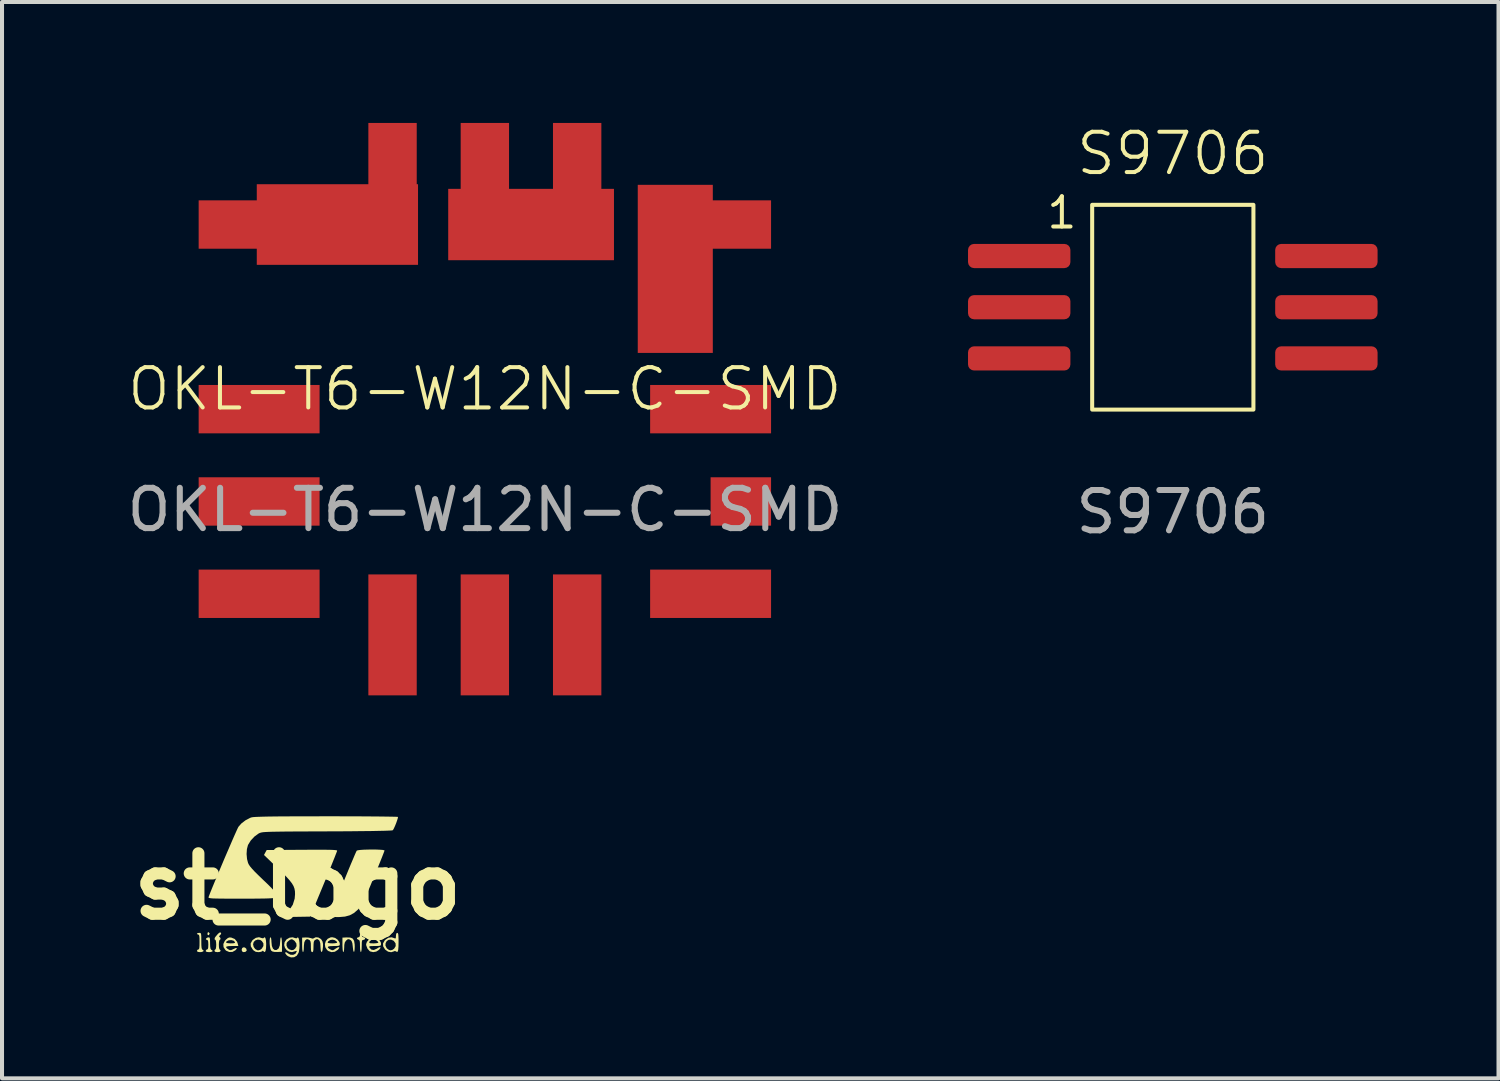
<source format=kicad_pcb>
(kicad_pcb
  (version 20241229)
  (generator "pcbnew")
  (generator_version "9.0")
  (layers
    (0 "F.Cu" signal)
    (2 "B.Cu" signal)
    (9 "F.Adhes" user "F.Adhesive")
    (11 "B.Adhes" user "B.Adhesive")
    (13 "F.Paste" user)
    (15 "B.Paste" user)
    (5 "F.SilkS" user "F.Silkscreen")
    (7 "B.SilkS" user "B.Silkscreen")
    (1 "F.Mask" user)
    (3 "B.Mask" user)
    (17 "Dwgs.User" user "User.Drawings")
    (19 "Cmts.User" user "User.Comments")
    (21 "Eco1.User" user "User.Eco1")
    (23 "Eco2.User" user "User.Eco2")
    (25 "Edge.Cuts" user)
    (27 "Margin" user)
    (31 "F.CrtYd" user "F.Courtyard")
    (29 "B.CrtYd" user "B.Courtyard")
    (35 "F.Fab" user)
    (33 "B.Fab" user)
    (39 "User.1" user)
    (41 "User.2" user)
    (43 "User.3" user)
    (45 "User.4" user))
  (footprint "st_logo"
    (layer "F.Cu")
    (at 4.336 18.939)
    (property "Reference" "st_logo" (at 0 0 0) (layer "F.SilkS") (effects (font (size 1.5 1.5) (thickness 0.3))))
    (attr board_only exclude_from_pos_files exclude_from_bom)
    (fp_poly (pts (xy -2.187 1.163) (xy -2.186 1.174) (xy -2.203 1.207) (xy -2.213 1.212) (xy -2.235 1.202) (xy -2.24 1.174) (xy -2.23 1.14) (xy -2.213 1.136)) (stroke (width 0) (type solid)) (fill yes) (layer "F.SilkS"))
    (fp_poly (pts (xy -1.312 1.515) (xy -1.277 1.545) (xy -1.266 1.586) (xy -1.269 1.597) (xy -1.298 1.624) (xy -1.344 1.631) (xy -1.377 1.616) (xy -1.392 1.576) (xy -1.379 1.532) (xy -1.355 1.513)) (stroke (width 0) (type solid)) (fill yes) (layer "F.SilkS"))
    (fp_poly (pts (xy -2.183 1.277) (xy -2.177 1.313) (xy -2.175 1.38) (xy -2.175 1.41) (xy -2.172 1.496) (xy -2.163 1.547) (xy -2.147 1.571) (xy -2.142 1.574) (xy -2.111 1.595) (xy -2.117 1.615) (xy -2.157 1.628) (xy -2.196 1.631) (xy -2.257 1.626) (xy -2.282 1.608) (xy -2.283 1.598) (xy -2.266 1.57) (xy -2.251 1.566) (xy -2.231 1.555) (xy -2.221 1.517) (xy -2.218 1.446) (xy -2.221 1.375) (xy -2.231 1.338) (xy -2.25 1.327) (xy -2.253 1.327) (xy -2.278 1.316) (xy -2.274 1.294) (xy -2.247 1.273) (xy -2.222 1.265) (xy -2.197 1.265)) (stroke (width 0) (type solid)) (fill yes) (layer "F.SilkS"))
    (fp_poly (pts (xy -0.403 1.282) (xy -0.395 1.338) (xy -0.392 1.421) (xy -0.391 1.441) (xy -0.391 1.622) (xy -0.508 1.627) (xy -0.585 1.625) (xy -0.634 1.612) (xy -0.66 1.591) (xy -0.677 1.554) (xy -0.689 1.493) (xy -0.696 1.421) (xy -0.697 1.351) (xy -0.692 1.294) (xy -0.68 1.263) (xy -0.674 1.261) (xy -0.662 1.281) (xy -0.654 1.332) (xy -0.652 1.378) (xy -0.642 1.477) (xy -0.614 1.545) (xy -0.571 1.579) (xy -0.525 1.578) (xy -0.474 1.539) (xy -0.444 1.462) (xy -0.435 1.358) (xy -0.431 1.3) (xy -0.419 1.265) (xy -0.413 1.261)) (stroke (width 0) (type solid)) (fill yes) (layer "F.SilkS"))
    (fp_poly (pts (xy 1.306 1.27) (xy 1.364 1.296) (xy 1.398 1.349) (xy 1.412 1.434) (xy 1.414 1.49) (xy 1.41 1.576) (xy 1.401 1.62) (xy 1.388 1.623) (xy 1.376 1.584) (xy 1.366 1.502) (xy 1.366 1.498) (xy 1.355 1.41) (xy 1.336 1.357) (xy 1.315 1.334) (xy 1.271 1.309) (xy 1.236 1.314) (xy 1.196 1.348) (xy 1.168 1.39) (xy 1.155 1.451) (xy 1.153 1.511) (xy 1.149 1.577) (xy 1.14 1.62) (xy 1.131 1.631) (xy 1.12 1.611) (xy 1.113 1.555) (xy 1.109 1.471) (xy 1.109 1.451) (xy 1.109 1.271) (xy 1.218 1.266)) (stroke (width 0) (type solid)) (fill yes) (layer "F.SilkS"))
    (fp_poly (pts (xy -2.421 1.154) (xy -2.405 1.164) (xy -2.397 1.19) (xy -2.393 1.241) (xy -2.392 1.326) (xy -2.392 1.357) (xy -2.391 1.456) (xy -2.386 1.52) (xy -2.376 1.557) (xy -2.361 1.573) (xy -2.358 1.574) (xy -2.333 1.594) (xy -2.345 1.613) (xy -2.385 1.628) (xy -2.426 1.631) (xy -2.482 1.624) (xy -2.501 1.6) (xy -2.501 1.598) (xy -2.483 1.57) (xy -2.468 1.566) (xy -2.452 1.558) (xy -2.442 1.529) (xy -2.437 1.472) (xy -2.436 1.381) (xy -2.437 1.288) (xy -2.442 1.232) (xy -2.452 1.204) (xy -2.468 1.196) (xy -2.497 1.184) (xy -2.501 1.174) (xy -2.482 1.158) (xy -2.446 1.153)) (stroke (width 0) (type solid)) (fill yes) (layer "F.SilkS"))
    (fp_poly (pts (xy 1.582 1.171) (xy 1.587 1.207) (xy 1.598 1.25) (xy 1.631 1.261) (xy 1.666 1.275) (xy 1.674 1.294) (xy 1.656 1.32) (xy 1.631 1.327) (xy 1.608 1.331) (xy 1.595 1.349) (xy 1.589 1.391) (xy 1.588 1.467) (xy 1.587 1.479) (xy 1.585 1.557) (xy 1.577 1.611) (xy 1.566 1.631) (xy 1.566 1.631) (xy 1.555 1.611) (xy 1.547 1.557) (xy 1.544 1.481) (xy 1.543 1.401) (xy 1.537 1.355) (xy 1.523 1.331) (xy 1.499 1.32) (xy 1.498 1.32) (xy 1.469 1.299) (xy 1.474 1.275) (xy 1.509 1.261) (xy 1.513 1.261) (xy 1.538 1.242) (xy 1.544 1.207) (xy 1.551 1.166) (xy 1.566 1.153)) (stroke (width 0) (type solid)) (fill yes) (layer "F.SilkS"))
    (fp_poly (pts (xy -1.907 1.15) (xy -1.899 1.177) (xy -1.926 1.208) (xy -1.952 1.237) (xy -1.941 1.254) (xy -1.919 1.278) (xy -1.915 1.309) (xy -1.933 1.326) (xy -1.935 1.327) (xy -1.947 1.346) (xy -1.955 1.397) (xy -1.957 1.446) (xy -1.954 1.512) (xy -1.944 1.555) (xy -1.935 1.566) (xy -1.916 1.583) (xy -1.914 1.598) (xy -1.93 1.622) (xy -1.983 1.631) (xy -1.99 1.631) (xy -2.046 1.624) (xy -2.066 1.601) (xy -2.066 1.598) (xy -2.054 1.569) (xy -2.044 1.566) (xy -2.032 1.546) (xy -2.024 1.495) (xy -2.022 1.446) (xy -2.026 1.381) (xy -2.035 1.337) (xy -2.044 1.327) (xy -2.064 1.312) (xy -2.057 1.276) (xy -2.039 1.248) (xy -1.984 1.183) (xy -1.947 1.15) (xy -1.923 1.141)) (stroke (width 0) (type solid)) (fill yes) (layer "F.SilkS"))
    (fp_poly (pts (xy 0.666 -0.909) (xy 0.782 -0.908) (xy 0.867 -0.905) (xy 0.926 -0.901) (xy 0.962 -0.896) (xy 0.977 -0.889) (xy 0.978 -0.886) (xy 0.97 -0.861) (xy 0.946 -0.8) (xy 0.91 -0.707) (xy 0.862 -0.588) (xy 0.805 -0.446) (xy 0.739 -0.287) (xy 0.668 -0.114) (xy 0.643 -0.054) (xy 0.31 0.75) (xy -0.056 0.756) (xy -0.421 0.762) (xy -0.332 0.698) (xy -0.207 0.584) (xy -0.122 0.453) (xy -0.076 0.304) (xy -0.067 0.196) (xy -0.069 0.122) (xy -0.081 0.056) (xy -0.104 -0.007) (xy -0.143 -0.074) (xy -0.202 -0.15) (xy -0.282 -0.239) (xy -0.39 -0.347) (xy -0.495 -0.45) (xy -0.837 -0.779) (xy -0.804 -0.841) (xy -0.77 -0.902) (xy 0.104 -0.908) (xy 0.33 -0.909) (xy 0.517 -0.91)) (stroke (width 0) (type solid)) (fill yes) (layer "F.SilkS"))
    (fp_poly (pts (xy -1.647 1.27) (xy -1.561 1.306) (xy -1.505 1.374) (xy -1.489 1.419) (xy -1.474 1.479) (xy -1.629 1.479) (xy -1.719 1.482) (xy -1.768 1.493) (xy -1.778 1.512) (xy -1.75 1.542) (xy -1.727 1.558) (xy -1.687 1.581) (xy -1.654 1.582) (xy -1.608 1.561) (xy -1.596 1.555) (xy -1.539 1.53) (xy -1.511 1.53) (xy -1.517 1.552) (xy -1.547 1.585) (xy -1.618 1.625) (xy -1.698 1.628) (xy -1.774 1.596) (xy -1.795 1.578) (xy -1.841 1.506) (xy -1.845 1.429) (xy -1.829 1.394) (xy -1.778 1.394) (xy -1.74 1.408) (xy -1.664 1.414) (xy -1.596 1.411) (xy -1.562 1.403) (xy -1.556 1.387) (xy -1.558 1.381) (xy -1.591 1.347) (xy -1.649 1.332) (xy -1.713 1.338) (xy -1.73 1.345) (xy -1.775 1.373) (xy -1.778 1.394) (xy -1.829 1.394) (xy -1.808 1.351) (xy -1.782 1.322) (xy -1.733 1.28) (xy -1.69 1.266)) (stroke (width 0) (type solid)) (fill yes) (layer "F.SilkS"))
    (fp_poly (pts (xy -0.803 1.28) (xy -0.789 1.335) (xy -0.783 1.421) (xy -0.783 1.446) (xy -0.787 1.54) (xy -0.799 1.603) (xy -0.818 1.63) (xy -0.842 1.619) (xy -0.848 1.61) (xy -0.868 1.595) (xy -0.879 1.607) (xy -0.909 1.622) (xy -0.963 1.631) (xy -0.978 1.631) (xy -1.044 1.622) (xy -1.095 1.589) (xy -1.118 1.564) (xy -1.164 1.487) (xy -1.167 1.437) (xy -1.108 1.437) (xy -1.093 1.501) (xy -1.054 1.555) (xy -1 1.585) (xy -0.979 1.587) (xy -0.931 1.573) (xy -0.892 1.544) (xy -0.852 1.479) (xy -0.852 1.413) (xy -0.892 1.355) (xy -0.93 1.329) (xy -0.991 1.319) (xy -1.054 1.341) (xy -1.092 1.379) (xy -1.108 1.437) (xy -1.167 1.437) (xy -1.168 1.415) (xy -1.129 1.344) (xy -1.111 1.325) (xy -1.038 1.276) (xy -0.961 1.261) (xy -0.892 1.282) (xy -0.857 1.289) (xy -0.846 1.279) (xy -0.822 1.26)) (stroke (width 0) (type solid)) (fill yes) (layer "F.SilkS"))
    (fp_poly (pts (xy 0.927 1.278) (xy 0.99 1.322) (xy 1.033 1.381) (xy 1.044 1.427) (xy 1.041 1.454) (xy 1.027 1.469) (xy 0.992 1.477) (xy 0.927 1.479) (xy 0.89 1.479) (xy 0.8 1.483) (xy 0.752 1.495) (xy 0.746 1.516) (xy 0.78 1.547) (xy 0.811 1.565) (xy 0.852 1.584) (xy 0.885 1.58) (xy 0.93 1.551) (xy 0.935 1.547) (xy 0.991 1.514) (xy 1.025 1.506) (xy 1.032 1.523) (xy 1.007 1.56) (xy 0.995 1.573) (xy 0.921 1.621) (xy 0.838 1.631) (xy 0.76 1.604) (xy 0.728 1.578) (xy 0.683 1.507) (xy 0.674 1.431) (xy 0.685 1.394) (xy 0.739 1.394) (xy 0.759 1.405) (xy 0.81 1.412) (xy 0.859 1.414) (xy 0.924 1.41) (xy 0.968 1.402) (xy 0.979 1.394) (xy 0.96 1.36) (xy 0.914 1.332) (xy 0.859 1.321) (xy 0.803 1.333) (xy 0.758 1.361) (xy 0.739 1.394) (xy 0.685 1.394) (xy 0.696 1.358) (xy 0.744 1.299) (xy 0.815 1.265) (xy 0.855 1.261)) (stroke (width 0) (type solid)) (fill yes) (layer "F.SilkS"))
    (fp_poly (pts (xy 2.483 1.16) (xy 2.493 1.185) (xy 2.498 1.237) (xy 2.501 1.321) (xy 2.501 1.38) (xy 2.499 1.493) (xy 2.492 1.574) (xy 2.481 1.617) (xy 2.477 1.622) (xy 2.446 1.621) (xy 2.438 1.613) (xy 2.41 1.602) (xy 2.392 1.61) (xy 2.318 1.633) (xy 2.241 1.619) (xy 2.172 1.571) (xy 2.166 1.564) (xy 2.119 1.487) (xy 2.118 1.468) (xy 2.176 1.468) (xy 2.205 1.529) (xy 2.218 1.544) (xy 2.265 1.577) (xy 2.305 1.587) (xy 2.352 1.573) (xy 2.392 1.544) (xy 2.43 1.481) (xy 2.427 1.414) (xy 2.384 1.354) (xy 2.378 1.349) (xy 2.314 1.32) (xy 2.256 1.325) (xy 2.208 1.357) (xy 2.18 1.408) (xy 2.176 1.468) (xy 2.118 1.468) (xy 2.116 1.415) (xy 2.155 1.344) (xy 2.173 1.325) (xy 2.25 1.273) (xy 2.331 1.263) (xy 2.394 1.284) (xy 2.421 1.294) (xy 2.433 1.278) (xy 2.436 1.229) (xy 2.443 1.173) (xy 2.465 1.153) (xy 2.468 1.153)) (stroke (width 0) (type solid)) (fill yes) (layer "F.SilkS"))
    (fp_poly (pts (xy 1.962 1.279) (xy 2.022 1.325) (xy 2.06 1.387) (xy 2.066 1.423) (xy 2.064 1.452) (xy 2.051 1.469) (xy 2.019 1.476) (xy 1.957 1.479) (xy 1.913 1.479) (xy 1.834 1.48) (xy 1.79 1.484) (xy 1.774 1.494) (xy 1.778 1.512) (xy 1.782 1.521) (xy 1.828 1.569) (xy 1.888 1.578) (xy 1.957 1.547) (xy 1.961 1.545) (xy 2.015 1.512) (xy 2.048 1.506) (xy 2.053 1.525) (xy 2.025 1.564) (xy 2.017 1.573) (xy 1.949 1.617) (xy 1.871 1.631) (xy 1.799 1.614) (xy 1.781 1.603) (xy 1.73 1.543) (xy 1.7 1.466) (xy 1.696 1.435) (xy 1.708 1.399) (xy 1.775 1.399) (xy 1.798 1.41) (xy 1.852 1.413) (xy 1.882 1.414) (xy 1.947 1.41) (xy 1.99 1.401) (xy 2.001 1.392) (xy 1.984 1.366) (xy 1.949 1.337) (xy 1.889 1.318) (xy 1.828 1.329) (xy 1.783 1.365) (xy 1.776 1.379) (xy 1.775 1.399) (xy 1.708 1.399) (xy 1.715 1.378) (xy 1.762 1.322) (xy 1.825 1.279) (xy 1.889 1.261) (xy 1.891 1.261)) (stroke (width 0) (type solid)) (fill yes) (layer "F.SilkS"))
    (fp_poly (pts (xy 1.941 -0.914) (xy 2.033 -0.91) (xy 2.104 -0.905) (xy 2.146 -0.896) (xy 2.153 -0.89) (xy 2.145 -0.865) (xy 2.122 -0.805) (xy 2.087 -0.715) (xy 2.04 -0.598) (xy 1.985 -0.462) (xy 1.922 -0.309) (xy 1.877 -0.2) (xy 1.802 -0.017) (xy 1.74 0.13) (xy 1.69 0.246) (xy 1.65 0.337) (xy 1.616 0.406) (xy 1.587 0.458) (xy 1.56 0.499) (xy 1.533 0.533) (xy 1.504 0.564) (xy 1.49 0.578) (xy 1.392 0.662) (xy 1.29 0.717) (xy 1.172 0.749) (xy 1.027 0.761) (xy 0.987 0.761) (xy 0.903 0.759) (xy 0.837 0.754) (xy 0.801 0.747) (xy 0.797 0.745) (xy 0.803 0.723) (xy 0.824 0.666) (xy 0.858 0.579) (xy 0.902 0.468) (xy 0.954 0.337) (xy 1.012 0.193) (xy 1.074 0.039) (xy 1.139 -0.118) (xy 1.203 -0.274) (xy 1.264 -0.423) (xy 1.321 -0.56) (xy 1.372 -0.679) (xy 1.413 -0.777) (xy 1.444 -0.847) (xy 1.462 -0.884) (xy 1.464 -0.886) (xy 1.49 -0.896) (xy 1.55 -0.904) (xy 1.634 -0.91) (xy 1.733 -0.913) (xy 1.838 -0.915)) (stroke (width 0) (type solid)) (fill yes) (layer "F.SilkS"))
    (fp_poly (pts (xy 0.512 1.268) (xy 0.571 1.303) (xy 0.587 1.32) (xy 0.615 1.368) (xy 0.627 1.425) (xy 0.626 1.498) (xy 0.616 1.58) (xy 0.601 1.623) (xy 0.585 1.626) (xy 0.571 1.588) (xy 0.565 1.508) (xy 0.565 1.504) (xy 0.559 1.409) (xy 0.541 1.351) (xy 0.531 1.339) (xy 0.499 1.311) (xy 0.471 1.309) (xy 0.434 1.327) (xy 0.41 1.347) (xy 0.397 1.383) (xy 0.392 1.445) (xy 0.391 1.49) (xy 0.389 1.569) (xy 0.381 1.613) (xy 0.366 1.63) (xy 0.359 1.631) (xy 0.34 1.622) (xy 0.33 1.588) (xy 0.326 1.521) (xy 0.326 1.49) (xy 0.324 1.41) (xy 0.315 1.363) (xy 0.298 1.336) (xy 0.284 1.327) (xy 0.242 1.308) (xy 0.215 1.313) (xy 0.186 1.339) (xy 0.163 1.386) (xy 0.153 1.47) (xy 0.152 1.502) (xy 0.149 1.571) (xy 0.14 1.618) (xy 0.13 1.631) (xy 0.12 1.611) (xy 0.112 1.555) (xy 0.109 1.471) (xy 0.109 1.451) (xy 0.109 1.271) (xy 0.199 1.267) (xy 0.267 1.27) (xy 0.323 1.282) (xy 0.332 1.286) (xy 0.377 1.297) (xy 0.398 1.285) (xy 0.449 1.261)) (stroke (width 0) (type solid)) (fill yes) (layer "F.SilkS"))
    (fp_poly (pts (xy 0.02 1.282) (xy 0.033 1.328) (xy 0.042 1.393) (xy 0.045 1.468) (xy 0.04 1.546) (xy 0.029 1.618) (xy 0.019 1.65) (xy -0.024 1.719) (xy -0.089 1.757) (xy -0.166 1.762) (xy -0.242 1.732) (xy -0.278 1.703) (xy -0.31 1.659) (xy -0.308 1.634) (xy -0.279 1.636) (xy -0.239 1.664) (xy -0.18 1.695) (xy -0.115 1.698) (xy -0.061 1.674) (xy -0.051 1.662) (xy -0.025 1.617) (xy -0.029 1.598) (xy -0.063 1.608) (xy -0.064 1.608) (xy -0.142 1.631) (xy -0.214 1.619) (xy -0.275 1.58) (xy -0.317 1.523) (xy -0.333 1.467) (xy -0.279 1.467) (xy -0.252 1.527) (xy -0.213 1.561) (xy -0.151 1.583) (xy -0.105 1.575) (xy -0.064 1.543) (xy -0.029 1.482) (xy -0.034 1.416) (xy -0.076 1.354) (xy -0.091 1.342) (xy -0.134 1.314) (xy -0.165 1.312) (xy -0.207 1.335) (xy -0.207 1.335) (xy -0.251 1.372) (xy -0.275 1.404) (xy -0.279 1.467) (xy -0.333 1.467) (xy -0.336 1.455) (xy -0.326 1.384) (xy -0.281 1.319) (xy -0.275 1.313) (xy -0.203 1.272) (xy -0.125 1.263) (xy -0.066 1.282) (xy -0.03 1.289) (xy -0.019 1.279) (xy 0.002 1.263)) (stroke (width 0) (type solid)) (fill yes) (layer "F.SilkS"))
    (fp_poly (pts (xy 0.974 -1.739) (xy 1.235 -1.738) (xy 1.481 -1.738) (xy 1.707 -1.736) (xy 1.911 -1.735) (xy 2.089 -1.733) (xy 2.238 -1.731) (xy 2.356 -1.729) (xy 2.437 -1.727) (xy 2.48 -1.725) (xy 2.486 -1.723) (xy 2.484 -1.697) (xy 2.467 -1.642) (xy 2.443 -1.573) (xy 2.414 -1.501) (xy 2.386 -1.439) (xy 2.363 -1.399) (xy 2.358 -1.393) (xy 2.332 -1.388) (xy 2.263 -1.384) (xy 2.154 -1.38) (xy 2.004 -1.377) (xy 1.814 -1.373) (xy 1.588 -1.371) (xy 1.324 -1.368) (xy 1.024 -1.366) (xy 0.728 -1.365) (xy 0.425 -1.364) (xy 0.163 -1.363) (xy -0.062 -1.362) (xy -0.253 -1.361) (xy -0.412 -1.359) (xy -0.544 -1.357) (xy -0.65 -1.355) (xy -0.735 -1.352) (xy -0.801 -1.349) (xy -0.851 -1.345) (xy -0.888 -1.34) (xy -0.915 -1.334) (xy -0.937 -1.327) (xy -0.954 -1.32) (xy -0.97 -1.312) (xy -1.072 -1.238) (xy -1.165 -1.139) (xy -1.231 -1.032) (xy -1.235 -1.024) (xy -1.261 -0.924) (xy -1.269 -0.803) (xy -1.258 -0.68) (xy -1.233 -0.583) (xy -1.213 -0.541) (xy -1.181 -0.494) (xy -1.134 -0.438) (xy -1.067 -0.366) (xy -0.975 -0.275) (xy -0.858 -0.162) (xy -0.737 -0.047) (xy -0.647 0.044) (xy -0.583 0.114) (xy -0.543 0.168) (xy -0.524 0.208) (xy -0.523 0.24) (xy -0.538 0.268) (xy -0.548 0.278) (xy -0.567 0.286) (xy -0.612 0.291) (xy -0.684 0.296) (xy -0.787 0.3) (xy -0.924 0.302) (xy -1.097 0.304) (xy -1.31 0.304) (xy -1.399 0.304) (xy -1.61 0.304) (xy -1.782 0.304) (xy -1.918 0.303) (xy -2.023 0.301) (xy -2.1 0.299) (xy -2.153 0.295) (xy -2.187 0.29) (xy -2.206 0.284) (xy -2.213 0.276) (xy -2.212 0.266) (xy -2.212 0.266) (xy -2.197 0.225) (xy -2.168 0.15) (xy -2.126 0.046) (xy -2.074 -0.08) (xy -2.014 -0.225) (xy -1.948 -0.381) (xy -1.879 -0.545) (xy -1.809 -0.711) (xy -1.739 -0.873) (xy -1.673 -1.026) (xy -1.613 -1.166) (xy -1.56 -1.286) (xy -1.517 -1.382) (xy -1.487 -1.447) (xy -1.471 -1.478) (xy -1.397 -1.562) (xy -1.295 -1.64) (xy -1.181 -1.7) (xy -1.159 -1.708) (xy -1.137 -1.714) (xy -1.1 -1.719) (xy -1.046 -1.723) (xy -0.974 -1.726) (xy -0.879 -1.729) (xy -0.759 -1.732) (xy -0.613 -1.734) (xy -0.436 -1.736) (xy -0.228 -1.737) (xy 0.016 -1.738) (xy 0.298 -1.738) (xy 0.62 -1.739) (xy 0.7 -1.739)) (stroke (width 0) (type solid)) (fill yes) (layer "F.SilkS")))
  (footprint "OKL-T6-W12N-C-SMD"
    (layer "F.Cu")
    (at 8.978 7.1)
    (property "Reference" "OKL-T6-W12N-C-SMD" (at 0 -0.5 0) (unlocked yes) (layer "F.SilkS") (effects (font (size 1 1) (thickness 0.1))))
    (attr smd)
    (fp_rect (start -6.1 -6.1) (end 6.1 6.1) (stroke (width 0.1) (type default)) (fill no) (layer "User.1"))
    (fp_text user "${REFERENCE}" (at 0.004 2.496 0) (unlocked yes) (layer "F.Fab") (effects (font (size 1 1) (thickness 0.15))))
    (pad "1" smd rect (at -5.6 0) (size 3 1.2) (layers "F.Cu" "F.Mask" "F.Paste"))
    (pad "2" smd rect (at -5.6 -4.58) (size 3 1.2) (layers "F.Cu" "F.Mask" "F.Paste"))
    (pad "2" smd rect (at -3.658 -4.58) (size 4 2) (layers "F.Cu" "F.Mask" "F.Paste"))
    (pad "2" smd rect (at -2.29 -5.6) (size 1.2 3) (layers "F.Cu" "F.Mask" "F.Paste"))
    (pad "3" smd rect (at 0 -5.6) (size 1.2 3) (layers "F.Cu" "F.Mask" "F.Paste"))
    (pad "3" smd rect (at 1.147 -4.58 270) (size 1.77 4.112) (layers "F.Cu" "F.Mask" "F.Paste"))
    (pad "3" smd rect (at 2.29 -5.6) (size 1.2 3) (layers "F.Cu" "F.Mask" "F.Paste"))
    (pad "4" smd rect (at 4.724 -3.48 90) (size 4.17 1.862) (layers "F.Cu" "F.Mask" "F.Paste"))
    (pad "4" smd rect (at 5.6 -4.58) (size 3 1.2) (layers "F.Cu" "F.Mask" "F.Paste"))
    (pad "5" smd rect (at 5.6 0) (size 3 1.2) (layers "F.Cu" "F.Mask" "F.Paste"))
    (pad "6" smd rect (at 5.6 4.58) (size 3 1.2) (layers "F.Cu" "F.Mask" "F.Paste"))
    (pad "7" smd rect (at 0 5.6) (size 1.2 3) (layers "F.Cu" "F.Mask" "F.Paste"))
    (pad "8" smd rect (at -2.29 5.6) (size 1.2 3) (layers "F.Cu" "F.Mask" "F.Paste"))
    (pad "9" smd rect (at -5.6 4.58) (size 3 1.2) (layers "F.Cu" "F.Mask" "F.Paste"))
    (pad "10" smd rect (at -5.6 2.29) (size 3 1.2) (layers "F.Cu" "F.Mask" "F.Paste"))
    (pad "11" smd rect (at 6.35 2.29) (size 1.5 1.2) (layers "F.Cu" "F.Mask" "F.Paste"))
    (pad "12" smd rect (at 2.29 5.6) (size 1.2 3) (layers "F.Cu" "F.Mask" "F.Paste")))
  (footprint "S9706"
    (layer "F.Cu")
    (at 26.044 4.571)
    (property "Reference" "S9706" (at 0 -3.81 0) (unlocked yes) (layer "F.SilkS") (effects (font (size 1 1) (thickness 0.1))))
    (attr smd)
    (fp_rect (start -2 -2.54) (end 2 2.54) (stroke (width 0.1) (type default)) (fill no) (layer "F.SilkS"))
    (fp_text user "1" (at -3.175 -1.905 0) (unlocked yes) (layer "F.SilkS") (effects (font (size 0.75 0.75) (thickness 0.1)) (justify left bottom)))
    (fp_text user "${REFERENCE}" (at 0 5.08 0) (unlocked yes) (layer "F.Fab") (effects (font (size 1 1) (thickness 0.15))))
    (pad "1" smd roundrect (at -3.81 -1.27) (size 2.54 0.6) (layers "F.Cu" "F.Mask" "F.Paste") (roundrect_rratio 0.25))
    (pad "2" smd roundrect (at -3.81 0) (size 2.54 0.6) (layers "F.Cu" "F.Mask" "F.Paste") (roundrect_rratio 0.25))
    (pad "3" smd roundrect (at -3.81 1.27) (size 2.54 0.6) (layers "F.Cu" "F.Mask" "F.Paste") (roundrect_rratio 0.25))
    (pad "4" smd roundrect (at 3.81 1.27) (size 2.54 0.6) (layers "F.Cu" "F.Mask" "F.Paste") (roundrect_rratio 0.25))
    (pad "5" smd roundrect (at 3.81 0) (size 2.54 0.6) (layers "F.Cu" "F.Mask" "F.Paste") (roundrect_rratio 0.25))
    (pad "6" smd roundrect (at 3.81 -1.27) (size 2.54 0.6) (layers "F.Cu" "F.Mask" "F.Paste") (roundrect_rratio 0.25)))
  (gr_rect
    (start -3 -3)
    (end 34.124 23.701)
    (stroke (width 0.1) (type default))
    (fill no)
    (layer "Edge.Cuts")))
</source>
